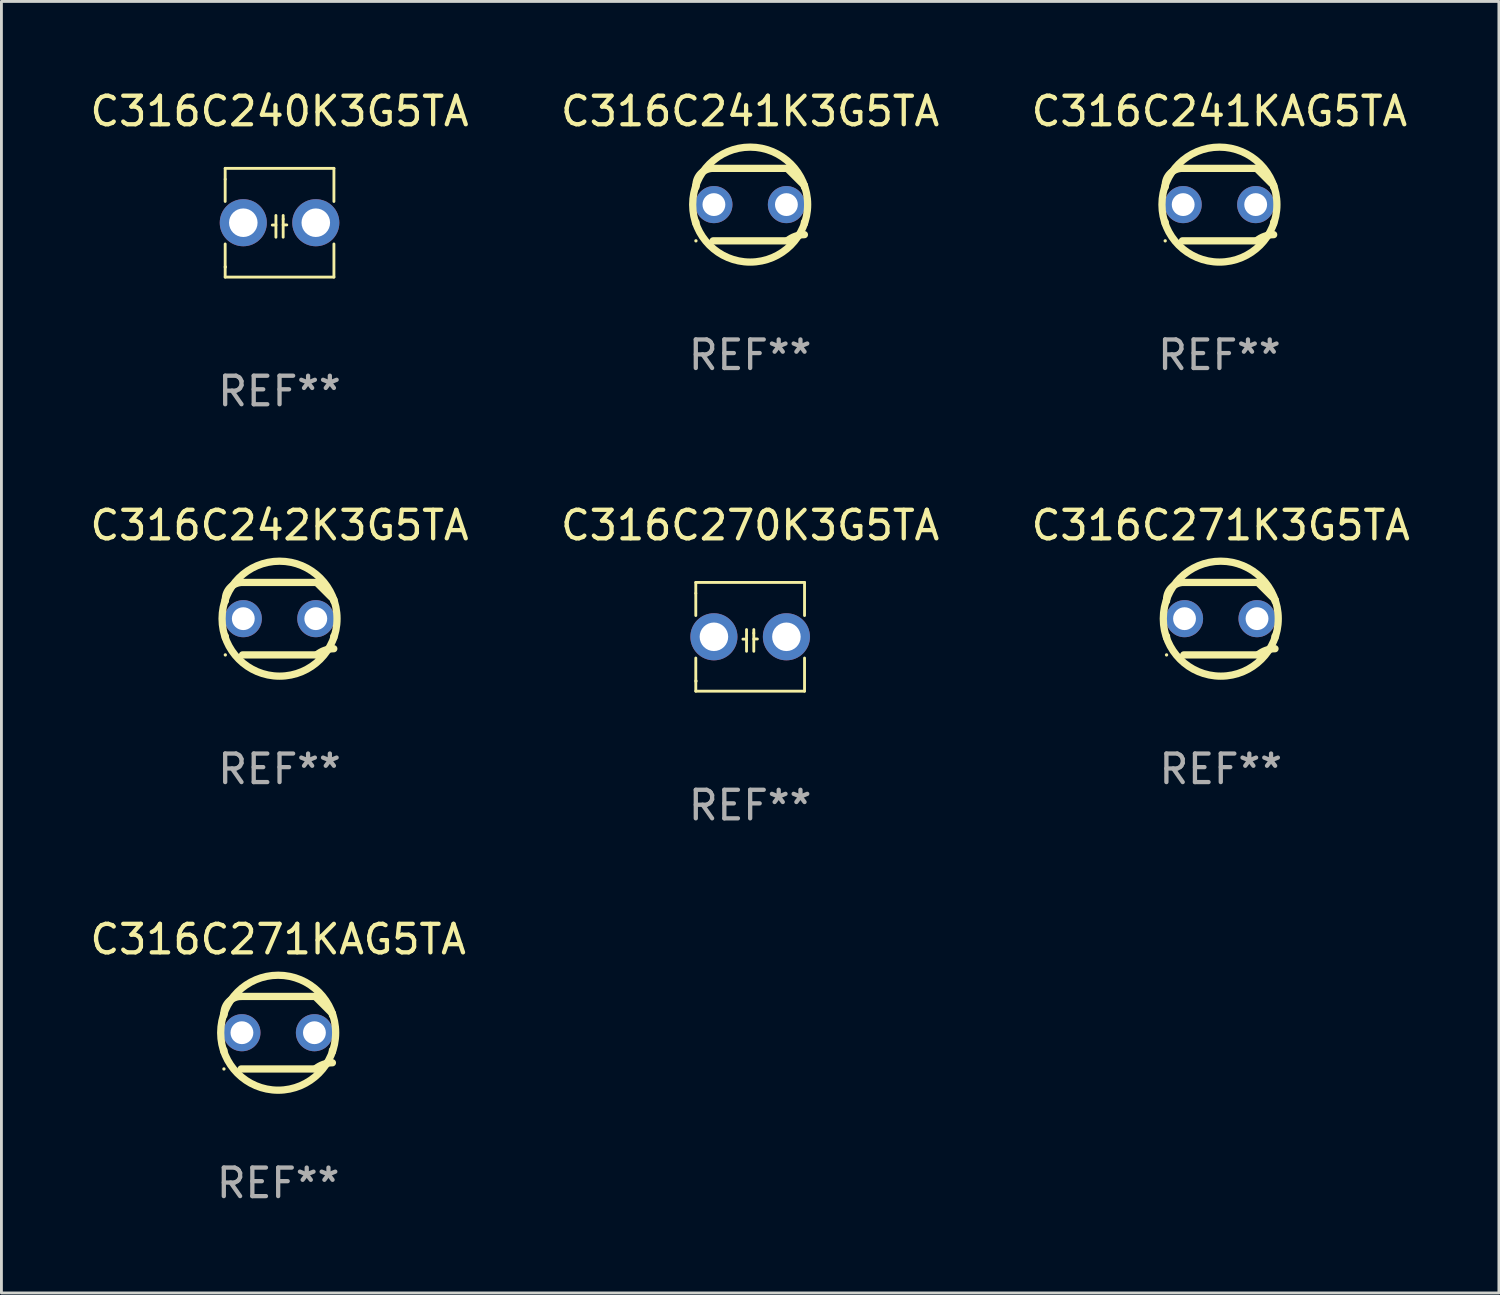
<source format=kicad_pcb>
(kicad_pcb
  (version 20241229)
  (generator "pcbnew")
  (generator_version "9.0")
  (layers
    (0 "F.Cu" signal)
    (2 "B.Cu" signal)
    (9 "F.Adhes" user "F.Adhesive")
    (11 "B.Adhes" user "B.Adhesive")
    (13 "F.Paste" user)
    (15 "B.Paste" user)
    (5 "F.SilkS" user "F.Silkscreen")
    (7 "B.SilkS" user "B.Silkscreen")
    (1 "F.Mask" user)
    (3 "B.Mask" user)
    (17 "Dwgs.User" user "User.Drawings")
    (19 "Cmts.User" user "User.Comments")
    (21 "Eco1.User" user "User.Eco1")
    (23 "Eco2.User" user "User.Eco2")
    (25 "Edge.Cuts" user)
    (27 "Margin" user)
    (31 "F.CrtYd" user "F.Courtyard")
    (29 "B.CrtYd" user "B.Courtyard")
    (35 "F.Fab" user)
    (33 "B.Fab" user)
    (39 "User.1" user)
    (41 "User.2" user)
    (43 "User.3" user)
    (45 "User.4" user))
  (footprint "C316C271K3G5TA"
    (layer "F.Cu")
    (at 39.72 18.625)
    (property "Reference" "C316C271K3G5TA" (at 0 -3.27 0) (layer "F.SilkS") (effects (font (size 1 1) (thickness 0.15))))
    (attr through_hole)
    (fp_line (start -1.9 -0.615) (end -1.9 -0.668) (stroke (width 0.254) (type solid)) (layer "F.SilkS"))
    (fp_line (start -1.9 0.668) (end -1.9 0.615) (stroke (width 0.254) (type solid)) (layer "F.SilkS"))
    (fp_line (start -1.298 1.27) (end 1.298 1.27) (stroke (width 0.254) (type solid)) (layer "F.SilkS"))
    (fp_line (start -1.298 -1.27) (end 1.298 -1.27) (stroke (width 0.254) (type solid)) (layer "F.SilkS"))
    (fp_line (start 1.9 -0.668) (end 1.9 -0.615) (stroke (width 0.254) (type solid)) (layer "F.SilkS"))
    (fp_line (start 1.9 0.615) (end 1.9 0.668) (stroke (width 0.254) (type solid)) (layer "F.SilkS"))
    (fp_arc (start -1.900025 0.667602) (mid 1.900003 -0.66758) (end -1.900025 0.667602) (stroke (width 0.254001) (type solid)) (layer "F.SilkS"))
    (fp_arc (start -1.9 -0.667602) (mid -1.723557 -1.093572) (end -1.297587 -1.270015) (stroke (width 0.254001) (type solid)) (layer "F.SilkS"))
    (fp_arc (start 1.297587 1.26999) (mid 1.579878 1.109027) (end 1.9 1.053172) (stroke (width 0.254001) (type solid)) (layer "F.SilkS"))
    (fp_arc (start 1.297611 -1.270042) (mid 1.598991 -0.969008) (end 1.900025 -0.667628) (stroke (width 0.254001) (type solid)) (layer "F.SilkS"))
    (fp_circle (center -1.9 1.27) (end -1.87 1.27) (stroke (width 0.06) (type solid)) (fill no) (layer "F.SilkS"))
    (fp_text user "REF**" (at 0 5.27 0) (layer "F.Fab") (effects (font (size 1 1) (thickness 0.15))))
    (pad "1" thru_hole circle (at -1.27 -0.000013) (size 1.3 1.3) (drill 0.8) (layers "*.Cu" "*.Mask"))
    (pad "2" thru_hole circle (at 1.27 -0.000013) (size 1.3 1.3) (drill 0.8) (layers "*.Cu" "*.Mask")))
  (footprint "C316C240K3G5TA"
    (layer "F.Cu")
    (at 6.744 4.753)
    (property "Reference" "C316C240K3G5TA" (at 0 -3.905 0) (layer "F.SilkS") (effects (font (size 1 1) (thickness 0.15))))
    (attr through_hole)
    (fp_line (start -1.905 -1.905) (end -1.905 -1.524) (stroke (width 0.1) (type solid)) (layer "F.SilkS"))
    (fp_line (start -1.905 -1.524) (end -1.905 -0.745) (stroke (width 0.1) (type solid)) (layer "F.SilkS"))
    (fp_line (start -1.905 0.744) (end -1.905 1.905) (stroke (width 0.1) (type solid)) (layer "F.SilkS"))
    (fp_line (start -1.905 1.905) (end 1.905 1.905) (stroke (width 0.1) (type solid)) (layer "F.SilkS"))
    (fp_line (start -0.127 -0.254) (end -0.127 0.508) (stroke (width 0.1) (type solid)) (layer "F.SilkS"))
    (fp_line (start -0.127 0.082) (end -0.254 0.082) (stroke (width 0.1) (type solid)) (layer "F.SilkS"))
    (fp_line (start 0.127 -0.127) (end 0.127 -0.254) (stroke (width 0.1) (type solid)) (layer "F.SilkS"))
    (fp_line (start 0.127 -0.127) (end 0.127 0.508) (stroke (width 0.1) (type solid)) (layer "F.SilkS"))
    (fp_line (start 0.127 0.077) (end 0.254 0.077) (stroke (width 0.1) (type solid)) (layer "F.SilkS"))
    (fp_line (start 1.905 -1.905) (end -1.905 -1.905) (stroke (width 0.1) (type solid)) (layer "F.SilkS"))
    (fp_line (start 1.905 -0.744) (end 1.905 -1.905) (stroke (width 0.1) (type solid)) (layer "F.SilkS"))
    (fp_line (start 1.905 1.905) (end 1.905 0.744) (stroke (width 0.1) (type solid)) (layer "F.SilkS"))
    (fp_circle (center -1.9 1.55) (end -1.87 1.55) (stroke (width 0.06) (type solid)) (fill no) (layer "F.SilkS"))
    (fp_text user "REF**" (at 0 5.905 0) (layer "F.Fab") (effects (font (size 1 1) (thickness 0.15))))
    (pad "1" thru_hole circle (at -1.27 0) (size 1.65 1.65) (drill 1) (layers "*.Cu" "*.Mask"))
    (pad "2" thru_hole circle (at 1.27 0) (size 1.65 1.65) (drill 1) (layers "*.Cu" "*.Mask")))
  (footprint "C316C242K3G5TA"
    (layer "F.Cu")
    (at 6.744 18.625)
    (property "Reference" "C316C242K3G5TA" (at 0 -3.27 0) (layer "F.SilkS") (effects (font (size 1 1) (thickness 0.15))))
    (attr through_hole)
    (fp_line (start -1.9 -0.615) (end -1.9 -0.668) (stroke (width 0.254) (type solid)) (layer "F.SilkS"))
    (fp_line (start -1.9 0.668) (end -1.9 0.615) (stroke (width 0.254) (type solid)) (layer "F.SilkS"))
    (fp_line (start -1.298 1.27) (end 1.298 1.27) (stroke (width 0.254) (type solid)) (layer "F.SilkS"))
    (fp_line (start -1.298 -1.27) (end 1.298 -1.27) (stroke (width 0.254) (type solid)) (layer "F.SilkS"))
    (fp_line (start 1.9 -0.668) (end 1.9 -0.615) (stroke (width 0.254) (type solid)) (layer "F.SilkS"))
    (fp_line (start 1.9 0.615) (end 1.9 0.668) (stroke (width 0.254) (type solid)) (layer "F.SilkS"))
    (fp_arc (start -1.900025 0.667602) (mid 1.900003 -0.66758) (end -1.900025 0.667602) (stroke (width 0.254001) (type solid)) (layer "F.SilkS"))
    (fp_arc (start -1.9 -0.667602) (mid -1.723557 -1.093572) (end -1.297587 -1.270015) (stroke (width 0.254001) (type solid)) (layer "F.SilkS"))
    (fp_arc (start 1.297587 1.26999) (mid 1.579878 1.109027) (end 1.9 1.053172) (stroke (width 0.254001) (type solid)) (layer "F.SilkS"))
    (fp_arc (start 1.297611 -1.270042) (mid 1.598991 -0.969008) (end 1.900025 -0.667628) (stroke (width 0.254001) (type solid)) (layer "F.SilkS"))
    (fp_circle (center -1.9 1.27) (end -1.87 1.27) (stroke (width 0.06) (type solid)) (fill no) (layer "F.SilkS"))
    (fp_text user "REF**" (at 0 5.27 0) (layer "F.Fab") (effects (font (size 1 1) (thickness 0.15))))
    (pad "1" thru_hole circle (at -1.27 -0.000013) (size 1.3 1.3) (drill 0.8) (layers "*.Cu" "*.Mask"))
    (pad "2" thru_hole circle (at 1.27 -0.000013) (size 1.3 1.3) (drill 0.8) (layers "*.Cu" "*.Mask")))
  (footprint "C316C241K3G5TA"
    (layer "F.Cu")
    (at 23.232 4.118)
    (property "Reference" "C316C241K3G5TA" (at 0 -3.27 0) (layer "F.SilkS") (effects (font (size 1 1) (thickness 0.15))))
    (attr through_hole)
    (fp_line (start -1.9 -0.615) (end -1.9 -0.668) (stroke (width 0.254) (type solid)) (layer "F.SilkS"))
    (fp_line (start -1.9 0.668) (end -1.9 0.615) (stroke (width 0.254) (type solid)) (layer "F.SilkS"))
    (fp_line (start -1.298 1.27) (end 1.298 1.27) (stroke (width 0.254) (type solid)) (layer "F.SilkS"))
    (fp_line (start -1.298 -1.27) (end 1.298 -1.27) (stroke (width 0.254) (type solid)) (layer "F.SilkS"))
    (fp_line (start 1.9 -0.668) (end 1.9 -0.615) (stroke (width 0.254) (type solid)) (layer "F.SilkS"))
    (fp_line (start 1.9 0.615) (end 1.9 0.668) (stroke (width 0.254) (type solid)) (layer "F.SilkS"))
    (fp_arc (start -1.900025 0.667602) (mid 1.900003 -0.66758) (end -1.900025 0.667602) (stroke (width 0.254001) (type solid)) (layer "F.SilkS"))
    (fp_arc (start -1.9 -0.667602) (mid -1.723557 -1.093572) (end -1.297587 -1.270015) (stroke (width 0.254001) (type solid)) (layer "F.SilkS"))
    (fp_arc (start 1.297587 1.26999) (mid 1.579878 1.109027) (end 1.9 1.053172) (stroke (width 0.254001) (type solid)) (layer "F.SilkS"))
    (fp_arc (start 1.297611 -1.270042) (mid 1.598991 -0.969008) (end 1.900025 -0.667628) (stroke (width 0.254001) (type solid)) (layer "F.SilkS"))
    (fp_circle (center -1.9 1.27) (end -1.87 1.27) (stroke (width 0.06) (type solid)) (fill no) (layer "F.SilkS"))
    (fp_text user "REF**" (at 0 5.27 0) (layer "F.Fab") (effects (font (size 1 1) (thickness 0.15))))
    (pad "1" thru_hole circle (at -1.27 -0.000013) (size 1.3 1.3) (drill 0.8) (layers "*.Cu" "*.Mask"))
    (pad "2" thru_hole circle (at 1.27 -0.000013) (size 1.3 1.3) (drill 0.8) (layers "*.Cu" "*.Mask")))
  (footprint "C316C271KAG5TA"
    (layer "F.Cu")
    (at 6.696 33.131)
    (property "Reference" "C316C271KAG5TA" (at 0 -3.27 0) (layer "F.SilkS") (effects (font (size 1 1) (thickness 0.15))))
    (attr through_hole)
    (fp_line (start -1.9 -0.615) (end -1.9 -0.668) (stroke (width 0.254) (type solid)) (layer "F.SilkS"))
    (fp_line (start -1.9 0.668) (end -1.9 0.615) (stroke (width 0.254) (type solid)) (layer "F.SilkS"))
    (fp_line (start -1.298 1.27) (end 1.298 1.27) (stroke (width 0.254) (type solid)) (layer "F.SilkS"))
    (fp_line (start -1.298 -1.27) (end 1.298 -1.27) (stroke (width 0.254) (type solid)) (layer "F.SilkS"))
    (fp_line (start 1.9 -0.668) (end 1.9 -0.615) (stroke (width 0.254) (type solid)) (layer "F.SilkS"))
    (fp_line (start 1.9 0.615) (end 1.9 0.668) (stroke (width 0.254) (type solid)) (layer "F.SilkS"))
    (fp_arc (start -1.900025 0.667602) (mid 1.900003 -0.66758) (end -1.900025 0.667602) (stroke (width 0.254001) (type solid)) (layer "F.SilkS"))
    (fp_arc (start -1.9 -0.667602) (mid -1.723557 -1.093572) (end -1.297587 -1.270015) (stroke (width 0.254001) (type solid)) (layer "F.SilkS"))
    (fp_arc (start 1.297587 1.26999) (mid 1.579878 1.109027) (end 1.9 1.053172) (stroke (width 0.254001) (type solid)) (layer "F.SilkS"))
    (fp_arc (start 1.297611 -1.270042) (mid 1.598991 -0.969008) (end 1.900025 -0.667628) (stroke (width 0.254001) (type solid)) (layer "F.SilkS"))
    (fp_circle (center -1.9 1.27) (end -1.87 1.27) (stroke (width 0.06) (type solid)) (fill no) (layer "F.SilkS"))
    (fp_text user "REF**" (at 0 5.27 0) (layer "F.Fab") (effects (font (size 1 1) (thickness 0.15))))
    (pad "1" thru_hole circle (at -1.27 -0.000013) (size 1.3 1.3) (drill 0.8) (layers "*.Cu" "*.Mask"))
    (pad "2" thru_hole circle (at 1.27 -0.000013) (size 1.3 1.3) (drill 0.8) (layers "*.Cu" "*.Mask")))
  (footprint "C316C241KAG5TA"
    (layer "F.Cu")
    (at 39.673 4.118)
    (property "Reference" "C316C241KAG5TA" (at 0 -3.27 0) (layer "F.SilkS") (effects (font (size 1 1) (thickness 0.15))))
    (attr through_hole)
    (fp_line (start -1.9 -0.615) (end -1.9 -0.668) (stroke (width 0.254) (type solid)) (layer "F.SilkS"))
    (fp_line (start -1.9 0.668) (end -1.9 0.615) (stroke (width 0.254) (type solid)) (layer "F.SilkS"))
    (fp_line (start -1.298 1.27) (end 1.298 1.27) (stroke (width 0.254) (type solid)) (layer "F.SilkS"))
    (fp_line (start -1.298 -1.27) (end 1.298 -1.27) (stroke (width 0.254) (type solid)) (layer "F.SilkS"))
    (fp_line (start 1.9 -0.668) (end 1.9 -0.615) (stroke (width 0.254) (type solid)) (layer "F.SilkS"))
    (fp_line (start 1.9 0.615) (end 1.9 0.668) (stroke (width 0.254) (type solid)) (layer "F.SilkS"))
    (fp_arc (start -1.900025 0.667602) (mid 1.900003 -0.66758) (end -1.900025 0.667602) (stroke (width 0.254001) (type solid)) (layer "F.SilkS"))
    (fp_arc (start -1.9 -0.667602) (mid -1.723557 -1.093572) (end -1.297587 -1.270015) (stroke (width 0.254001) (type solid)) (layer "F.SilkS"))
    (fp_arc (start 1.297587 1.26999) (mid 1.579878 1.109027) (end 1.9 1.053172) (stroke (width 0.254001) (type solid)) (layer "F.SilkS"))
    (fp_arc (start 1.297611 -1.270042) (mid 1.598991 -0.969008) (end 1.900025 -0.667628) (stroke (width 0.254001) (type solid)) (layer "F.SilkS"))
    (fp_circle (center -1.9 1.27) (end -1.87 1.27) (stroke (width 0.06) (type solid)) (fill no) (layer "F.SilkS"))
    (fp_text user "REF**" (at 0 5.27 0) (layer "F.Fab") (effects (font (size 1 1) (thickness 0.15))))
    (pad "1" thru_hole circle (at -1.27 -0.000013) (size 1.3 1.3) (drill 0.8) (layers "*.Cu" "*.Mask"))
    (pad "2" thru_hole circle (at 1.27 -0.000013) (size 1.3 1.3) (drill 0.8) (layers "*.Cu" "*.Mask")))
  (footprint "C316C270K3G5TA"
    (layer "F.Cu")
    (at 23.232 19.26)
    (property "Reference" "C316C270K3G5TA" (at 0 -3.905 0) (layer "F.SilkS") (effects (font (size 1 1) (thickness 0.15))))
    (attr through_hole)
    (fp_line (start -1.905 -1.905) (end -1.905 -1.524) (stroke (width 0.1) (type solid)) (layer "F.SilkS"))
    (fp_line (start -1.905 -1.524) (end -1.905 -0.745) (stroke (width 0.1) (type solid)) (layer "F.SilkS"))
    (fp_line (start -1.905 0.744) (end -1.905 1.905) (stroke (width 0.1) (type solid)) (layer "F.SilkS"))
    (fp_line (start -1.905 1.905) (end 1.905 1.905) (stroke (width 0.1) (type solid)) (layer "F.SilkS"))
    (fp_line (start -0.127 -0.254) (end -0.127 0.508) (stroke (width 0.1) (type solid)) (layer "F.SilkS"))
    (fp_line (start -0.127 0.082) (end -0.254 0.082) (stroke (width 0.1) (type solid)) (layer "F.SilkS"))
    (fp_line (start 0.127 -0.127) (end 0.127 -0.254) (stroke (width 0.1) (type solid)) (layer "F.SilkS"))
    (fp_line (start 0.127 -0.127) (end 0.127 0.508) (stroke (width 0.1) (type solid)) (layer "F.SilkS"))
    (fp_line (start 0.127 0.077) (end 0.254 0.077) (stroke (width 0.1) (type solid)) (layer "F.SilkS"))
    (fp_line (start 1.905 -1.905) (end -1.905 -1.905) (stroke (width 0.1) (type solid)) (layer "F.SilkS"))
    (fp_line (start 1.905 -0.744) (end 1.905 -1.905) (stroke (width 0.1) (type solid)) (layer "F.SilkS"))
    (fp_line (start 1.905 1.905) (end 1.905 0.744) (stroke (width 0.1) (type solid)) (layer "F.SilkS"))
    (fp_circle (center -1.9 1.55) (end -1.87 1.55) (stroke (width 0.06) (type solid)) (fill no) (layer "F.SilkS"))
    (fp_text user "REF**" (at 0 5.905 0) (layer "F.Fab") (effects (font (size 1 1) (thickness 0.15))))
    (pad "1" thru_hole circle (at -1.27 0) (size 1.65 1.65) (drill 1) (layers "*.Cu" "*.Mask"))
    (pad "2" thru_hole circle (at 1.27 0) (size 1.65 1.65) (drill 1) (layers "*.Cu" "*.Mask")))
  (gr_rect
    (start -3 -3)
    (end 49.464 42.25)
    (stroke (width 0.1) (type default))
    (fill no)
    (layer "Edge.Cuts")))
</source>
